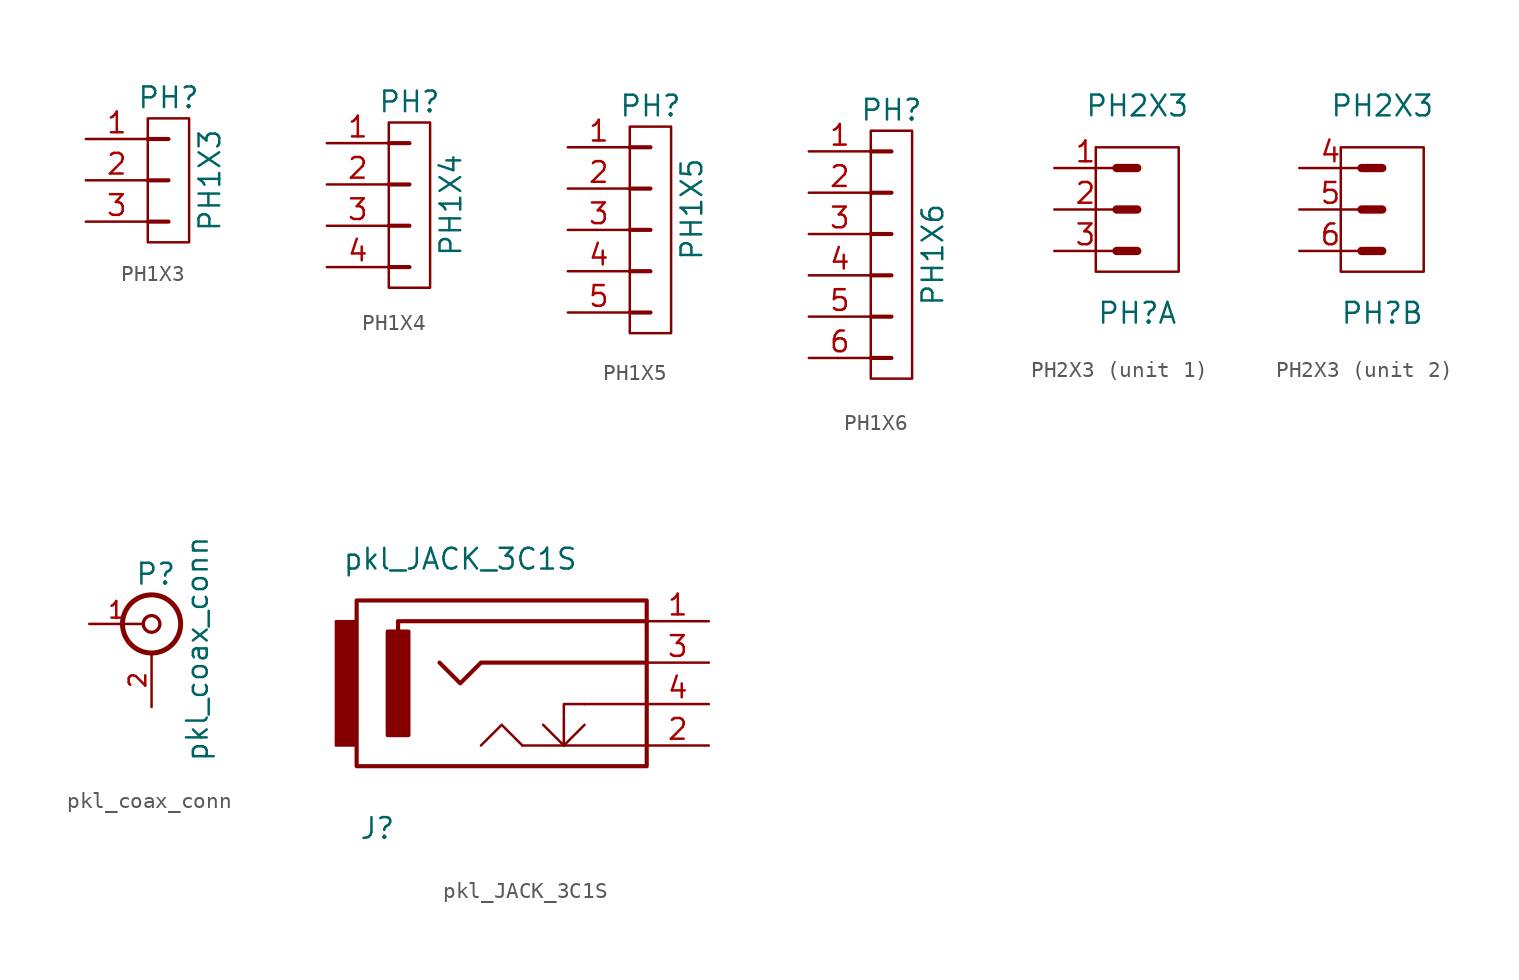
<source format=kicad_sym>
(kicad_symbol_lib
  (version 20211014)
  (generator kicad_symbol_editor)
  (symbol "PH1X3"
    (pin_names
      (offset 1.016) hide)
    (property "Reference" "PH"
      (at 0 5.08 0)
      (effects (font (size 1.27 1.27))))
    (property "Value" "PH1X3"
      (at 2.54 0 90)
      (effects (font (size 1.27 1.27))))
    (symbol "PH1X3_0_1"
      (rectangle (start -1.27 3.81) (end 1.27 -3.81) (stroke (width 0) (type default) (color 0 0 0 0)) (fill (type none)))
      (polyline (pts (xy -1.27 -2.54) (xy 0 -2.54)) (stroke (width 0.254) (type default) (color 0 0 0 0)) (fill (type none)))
      (polyline (pts (xy -1.27 0) (xy 0 0)) (stroke (width 0.254) (type default) (color 0 0 0 0)) (fill (type none)))
      (polyline (pts (xy -1.27 2.54) (xy 0 2.54)) (stroke (width 0.254) (type default) (color 0 0 0 0)) (fill (type none))))
    (symbol "PH1X3_1_1"
      (pin passive line (at -5.08 2.54 0) (length 3.81) (name "~" (effects (font (size 1.27 1.27)))) (number "1" (effects (font (size 1.27 1.27)))))
      (pin passive line (at -5.08 0 0) (length 3.81) (name "~" (effects (font (size 1.27 1.27)))) (number "2" (effects (font (size 1.27 1.27)))))
      (pin passive line (at -5.08 -2.54 0) (length 3.81) (name "~" (effects (font (size 1.27 1.27)))) (number "3" (effects (font (size 1.27 1.27)))))))
  (symbol "PH1X4"
    (pin_names
      (offset 1.016) hide)
    (property "Reference" "PH"
      (at 0 6.35 0)
      (effects (font (size 1.27 1.27))))
    (property "Value" "PH1X4"
      (at 2.54 0 90)
      (effects (font (size 1.27 1.27))))
    (symbol "PH1X4_0_1"
      (rectangle (start -1.27 5.08) (end 1.27 -5.08) (stroke (width 0) (type default) (color 0 0 0 0)) (fill (type none)))
      (polyline (pts (xy -1.27 -3.81) (xy 0 -3.81)) (stroke (width 0.254) (type default) (color 0 0 0 0)) (fill (type none)))
      (polyline (pts (xy -1.27 -1.27) (xy 0 -1.27)) (stroke (width 0.254) (type default) (color 0 0 0 0)) (fill (type none)))
      (polyline (pts (xy -1.27 1.27) (xy 0 1.27)) (stroke (width 0.254) (type default) (color 0 0 0 0)) (fill (type none)))
      (polyline (pts (xy -1.27 3.81) (xy 0 3.81)) (stroke (width 0.254) (type default) (color 0 0 0 0)) (fill (type none))))
    (symbol "PH1X4_1_1"
      (pin passive line (at -5.08 3.81 0) (length 3.81) (name "~" (effects (font (size 1.27 1.27)))) (number "1" (effects (font (size 1.27 1.27)))))
      (pin passive line (at -5.08 1.27 0) (length 3.81) (name "~" (effects (font (size 1.27 1.27)))) (number "2" (effects (font (size 1.27 1.27)))))
      (pin passive line (at -5.08 -1.27 0) (length 3.81) (name "~" (effects (font (size 1.27 1.27)))) (number "3" (effects (font (size 1.27 1.27)))))
      (pin passive line (at -5.08 -3.81 0) (length 3.81) (name "~" (effects (font (size 1.27 1.27)))) (number "4" (effects (font (size 1.27 1.27)))))))
  (symbol "PH1X5"
    (pin_names
      (offset 1.016) hide)
    (property "Reference" "PH"
      (at 0 6.35 0)
      (effects (font (size 1.27 1.27))))
    (property "Value" "PH1X5"
      (at 2.54 0 90)
      (effects (font (size 1.27 1.27))))
    (symbol "PH1X5_0_1"
      (rectangle (start -1.27 5.08) (end 1.27 -7.62) (stroke (width 0) (type default) (color 0 0 0 0)) (fill (type none)))
      (polyline (pts (xy -1.27 -6.35) (xy 0 -6.35)) (stroke (width 0.254) (type default) (color 0 0 0 0)) (fill (type none)))
      (polyline (pts (xy -1.27 -3.81) (xy 0 -3.81)) (stroke (width 0.254) (type default) (color 0 0 0 0)) (fill (type none)))
      (polyline (pts (xy -1.27 -1.27) (xy 0 -1.27)) (stroke (width 0.254) (type default) (color 0 0 0 0)) (fill (type none)))
      (polyline (pts (xy -1.27 1.27) (xy 0 1.27)) (stroke (width 0.254) (type default) (color 0 0 0 0)) (fill (type none)))
      (polyline (pts (xy -1.27 3.81) (xy 0 3.81)) (stroke (width 0.254) (type default) (color 0 0 0 0)) (fill (type none))))
    (symbol "PH1X5_1_1"
      (pin passive line (at -5.08 3.81 0) (length 3.81) (name "~" (effects (font (size 1.27 1.27)))) (number "1" (effects (font (size 1.27 1.27)))))
      (pin passive line (at -5.08 1.27 0) (length 3.81) (name "~" (effects (font (size 1.27 1.27)))) (number "2" (effects (font (size 1.27 1.27)))))
      (pin passive line (at -5.08 -1.27 0) (length 3.81) (name "~" (effects (font (size 1.27 1.27)))) (number "3" (effects (font (size 1.27 1.27)))))
      (pin passive line (at -5.08 -3.81 0) (length 3.81) (name "~" (effects (font (size 1.27 1.27)))) (number "4" (effects (font (size 1.27 1.27)))))
      (pin passive line (at -5.08 -6.35 0) (length 3.81) (name "~" (effects (font (size 1.27 1.27)))) (number "5" (effects (font (size 1.27 1.27)))))))
  (symbol "PH1X6"
    (pin_names
      (offset 1.016) hide)
    (property "Reference" "PH"
      (at 0 8.89 0)
      (effects (font (size 1.27 1.27))))
    (property "Value" "PH1X6"
      (at 2.54 0 90)
      (effects (font (size 1.27 1.27))))
    (symbol "PH1X6_0_1"
      (rectangle (start -1.27 7.62) (end 1.27 -7.62) (stroke (width 0) (type default) (color 0 0 0 0)) (fill (type none)))
      (polyline (pts (xy -1.27 -6.35) (xy 0 -6.35)) (stroke (width 0.254) (type default) (color 0 0 0 0)) (fill (type none)))
      (polyline (pts (xy -1.27 -3.81) (xy 0 -3.81)) (stroke (width 0.254) (type default) (color 0 0 0 0)) (fill (type none)))
      (polyline (pts (xy -1.27 -1.27) (xy 0 -1.27)) (stroke (width 0.254) (type default) (color 0 0 0 0)) (fill (type none)))
      (polyline (pts (xy -1.27 1.27) (xy 0 1.27)) (stroke (width 0.254) (type default) (color 0 0 0 0)) (fill (type none)))
      (polyline (pts (xy -1.27 3.81) (xy 0 3.81)) (stroke (width 0.254) (type default) (color 0 0 0 0)) (fill (type none)))
      (polyline (pts (xy -1.27 6.35) (xy 0 6.35)) (stroke (width 0.254) (type default) (color 0 0 0 0)) (fill (type none))))
    (symbol "PH1X6_1_1"
      (pin passive line (at -5.08 6.35 0) (length 3.81) (name "~" (effects (font (size 1.27 1.27)))) (number "1" (effects (font (size 1.27 1.27)))))
      (pin passive line (at -5.08 3.81 0) (length 3.81) (name "~" (effects (font (size 1.27 1.27)))) (number "2" (effects (font (size 1.27 1.27)))))
      (pin passive line (at -5.08 1.27 0) (length 3.81) (name "~" (effects (font (size 1.27 1.27)))) (number "3" (effects (font (size 1.27 1.27)))))
      (pin passive line (at -5.08 -1.27 0) (length 3.81) (name "~" (effects (font (size 1.27 1.27)))) (number "4" (effects (font (size 1.27 1.27)))))
      (pin passive line (at -5.08 -3.81 0) (length 3.81) (name "~" (effects (font (size 1.27 1.27)))) (number "5" (effects (font (size 1.27 1.27)))))
      (pin passive line (at -5.08 -6.35 0) (length 3.81) (name "~" (effects (font (size 1.27 1.27)))) (number "6" (effects (font (size 1.27 1.27)))))))
  (symbol "PH2X3"
    (pin_names
      (offset 1.016) hide)
    (property "Reference" "PH"
      (at 0 -6.35 0)
      (effects (font (size 1.27 1.27))))
    (property "Value" "PH2X3"
      (at 0 6.35 0)
      (effects (font (size 1.27 1.27))))
    (symbol "PH2X3_0_1"
      (rectangle (start -2.54 3.81) (end 2.54 -3.81) (stroke (width 0) (type default) (color 0 0 0 0)) (fill (type none)))
      (polyline (pts (xy -1.27 -2.54) (xy 0 -2.54)) (stroke (width 0.508) (type default) (color 0 0 0 0)) (fill (type none)))
      (polyline (pts (xy -1.27 0) (xy 0 0)) (stroke (width 0.508) (type default) (color 0 0 0 0)) (fill (type none)))
      (polyline (pts (xy -1.27 2.54) (xy 0 2.54)) (stroke (width 0.508) (type default) (color 0 0 0 0)) (fill (type none))))
    (symbol "PH2X3_1_1"
      (pin passive line (at -5.08 2.54 0) (length 3.81) (name "~" (effects (font (size 1.27 1.27)))) (number "1" (effects (font (size 1.27 1.27)))))
      (pin passive line (at -5.08 0 0) (length 3.81) (name "~" (effects (font (size 1.27 1.27)))) (number "2" (effects (font (size 1.27 1.27)))))
      (pin passive line (at -5.08 -2.54 0) (length 3.81) (name "~" (effects (font (size 1.27 1.27)))) (number "3" (effects (font (size 1.27 1.27))))))
    (symbol "PH2X3_2_1"
      (pin passive line (at -5.08 2.54 0) (length 3.81) (name "~" (effects (font (size 1.27 1.27)))) (number "4" (effects (font (size 1.27 1.27)))))
      (pin passive line (at -5.08 0 0) (length 3.81) (name "~" (effects (font (size 1.27 1.27)))) (number "5" (effects (font (size 1.27 1.27)))))
      (pin passive line (at -5.08 -2.54 0) (length 3.81) (name "~" (effects (font (size 1.27 1.27)))) (number "6" (effects (font (size 1.27 1.27)))))))
  (symbol "pkl_coax_conn"
    (pin_names
      (offset 1.016) hide)
    (property "Reference" "P"
      (at 0.254 3.048 0)
      (effects (font (size 1.27 1.27))))
    (property "Value" "pkl_coax_conn"
      (at 2.794 -1.524 90)
      (effects (font (size 1.27 1.27))))
    (symbol "pkl_coax_conn_0_1"
      (circle (center 0 0) (radius 0.508) (stroke (width 0.203) (type default) (color 0 0 0 0)) (fill (type none)))
      (circle (center 0 0) (radius 1.778) (stroke (width 0.305) (type default) (color 0 0 0 0)) (fill (type none))))
    (symbol "pkl_coax_conn_1_1"
      (pin passive line (at -3.81 0 0) (length 3.302) (name "In" (effects (font (size 1.016 1.016)))) (number "1" (effects (font (size 1.016 1.016)))))
      (pin passive line (at 0 -5.08 90) (length 3.302) (name "Ext" (effects (font (size 1.016 1.016)))) (number "2" (effects (font (size 1.016 1.016)))))))
  (symbol "pkl_JACK_3C1S"
    (pin_names
      (offset 1.016))
    (property "Reference" "J"
      (at -8.89 -7.62 0)
      (effects (font (size 1.27 1.27))))
    (property "Value" "pkl_JACK_3C1S"
      (at -3.81 8.89 0)
      (effects (font (size 1.27 1.27))))
    (symbol "pkl_JACK_3C1S_0_1"
      (rectangle (start -11.43 5.08) (end -10.16 -2.54) (stroke (width 0) (type default) (color 0 0 0 0)) (fill (type outline)))
      (rectangle (start -8.255 4.445) (end -6.985 -1.905) (stroke (width 0.254) (type default) (color 0 0 0 0)) (fill (type outline)))
      (polyline (pts (xy 3.81 0) (xy 7.62 0) (xy 7.62 0)) (stroke (width 0) (type default) (color 0 0 0 0)) (fill (type none)))
      (polyline (pts (xy 7.62 5.08) (xy -7.62 5.08) (xy -7.62 4.445)) (stroke (width 0.254) (type default) (color 0 0 0 0)) (fill (type none)))
      (polyline (pts (xy 0 -2.54) (xy -1.27 -1.27) (xy -2.54 -2.54) (xy -2.54 -2.54)) (stroke (width 0) (type default) (color 0 0 0 0)) (fill (type none)))
      (polyline (pts (xy 0 -2.54) (xy 7.62 -2.54) (xy 7.62 -2.54) (xy 7.62 -2.54)) (stroke (width 0) (type default) (color 0 0 0 0)) (fill (type none)))
      (polyline (pts (xy 1.27 -1.27) (xy 2.54 -2.54) (xy 3.81 -1.27) (xy 3.81 -1.27)) (stroke (width 0) (type default) (color 0 0 0 0)) (fill (type none)))
      (polyline (pts (xy 3.81 0) (xy 2.54 0) (xy 2.54 -2.54) (xy 2.54 -2.54)) (stroke (width 0) (type default) (color 0 0 0 0)) (fill (type none)))
      (polyline (pts (xy 7.62 2.54) (xy -2.54 2.54) (xy -3.81 1.27) (xy -5.08 2.54)) (stroke (width 0.254) (type default) (color 0 0 0 0)) (fill (type none)))
      (rectangle (start 7.62 -3.81) (end -10.16 6.35) (stroke (width 0.254) (type default) (color 0 0 0 0)) (fill (type none))))
    (symbol "pkl_JACK_3C1S_1_1"
      (pin passive line (at 11.43 5.08 180) (length 3.81) (name "~" (effects (font (size 1.27 1.27)))) (number "1" (effects (font (size 1.27 1.27)))))
      (pin passive line (at 11.43 -2.54 180) (length 3.81) (name "~" (effects (font (size 1.27 1.27)))) (number "2" (effects (font (size 1.27 1.27)))))
      (pin passive line (at 11.43 2.54 180) (length 3.81) (name "~" (effects (font (size 1.27 1.27)))) (number "3" (effects (font (size 1.27 1.27)))))
      (pin passive line (at 11.43 0 180) (length 3.81) (name "~" (effects (font (size 1.27 1.27)))) (number "4" (effects (font (size 1.27 1.27))))))))
</source>
